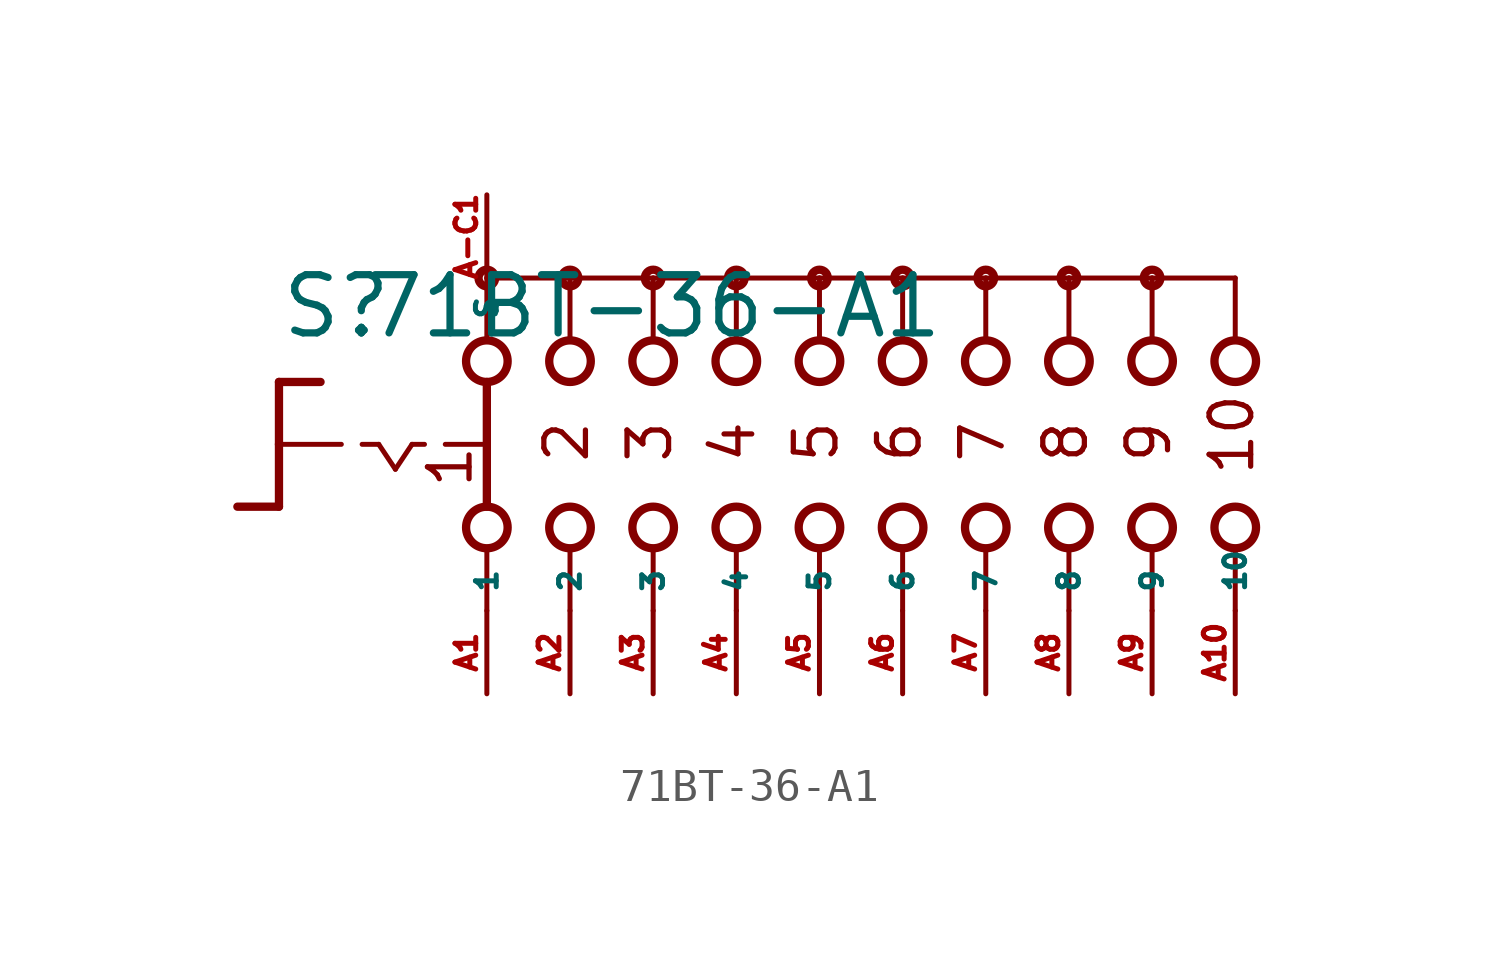
<source format=kicad_sym>
(kicad_symbol_lib
  (version 20220914)
  (generator Eagle2Kicad)
  (symbol "71BT-36-A1"
    (property "Reference" "S"
      (at -16.51 3.175 0)
      (effects (font (size 1.778 1.778) (thickness 0.22)) (justify left bottom)))
    (property "Value" "71BT-36-A1"
      (at -13.97 3.175 0)
      (effects (font (size 1.778 1.778) (thickness 0.22)) (justify left bottom)))
    (polyline
      (pts (xy -16.51 1.905) (xy -15.24 1.905))
      (stroke (width 0.254) (type default))
      (fill (type none)))
    (polyline
      (pts (xy -16.51 1.905) (xy -16.51 0))
      (stroke (width 0.254) (type default))
      (fill (type none)))
    (polyline
      (pts (xy -16.51 -1.905) (xy -17.78 -1.905))
      (stroke (width 0.254) (type default))
      (fill (type none)))
    (polyline
      (pts (xy -16.51 0) (xy -14.605 0))
      (stroke (width 0.152) (type default))
      (fill (type none)))
    (polyline
      (pts (xy -16.51 0) (xy -16.51 -1.905))
      (stroke (width 0.254) (type default))
      (fill (type none)))
    (polyline
      (pts (xy -13.97 0) (xy -13.462 0))
      (stroke (width 0.152) (type default))
      (fill (type none)))
    (polyline
      (pts (xy -12.446 0) (xy -12.065 0))
      (stroke (width 0.152) (type default))
      (fill (type none)))
    (polyline
      (pts (xy -11.43 0) (xy -10.287 0))
      (stroke (width 0.152) (type default))
      (fill (type none)))
    (polyline
      (pts (xy -13.462 0) (xy -12.954 -0.762))
      (stroke (width 0.152) (type default))
      (fill (type none)))
    (polyline
      (pts (xy -12.954 -0.762) (xy -12.446 0))
      (stroke (width 0.152) (type default))
      (fill (type none)))
    (polyline
      (pts (xy -7.62 3.175) (xy -7.62 5.08))
      (stroke (width 0.152) (type default))
      (fill (type none)))
    (polyline
      (pts (xy -5.08 3.175) (xy -5.08 5.08))
      (stroke (width 0.152) (type default))
      (fill (type none)))
    (polyline
      (pts (xy -2.54 3.175) (xy -2.54 5.08))
      (stroke (width 0.152) (type default))
      (fill (type none)))
    (polyline
      (pts (xy -7.62 -5.08) (xy -7.62 -3.175))
      (stroke (width 0.152) (type default))
      (fill (type none)))
    (polyline
      (pts (xy -5.08 -5.08) (xy -5.08 -3.175))
      (stroke (width 0.152) (type default))
      (fill (type none)))
    (polyline
      (pts (xy -2.54 -5.08) (xy -2.54 -3.175))
      (stroke (width 0.152) (type default))
      (fill (type none)))
    (polyline
      (pts (xy -5.08 5.08) (xy -7.62 5.08))
      (stroke (width 0.152) (type default))
      (fill (type none)))
    (polyline
      (pts (xy -5.08 5.08) (xy -2.54 5.08))
      (stroke (width 0.152) (type default))
      (fill (type none)))
    (polyline
      (pts (xy 0 -5.08) (xy 0 -3.175))
      (stroke (width 0.152) (type default))
      (fill (type none)))
    (polyline
      (pts (xy 2.54 -5.08) (xy 2.54 -3.175))
      (stroke (width 0.152) (type default))
      (fill (type none)))
    (polyline
      (pts (xy 0 3.175) (xy 0 5.08))
      (stroke (width 0.152) (type default))
      (fill (type none)))
    (polyline
      (pts (xy 2.54 3.175) (xy 2.54 5.08))
      (stroke (width 0.152) (type default))
      (fill (type none)))
    (polyline
      (pts (xy -2.54 5.08) (xy 0 5.08))
      (stroke (width 0.152) (type default))
      (fill (type none)))
    (polyline
      (pts (xy 0 5.08) (xy 2.54 5.08))
      (stroke (width 0.152) (type default))
      (fill (type none)))
    (polyline
      (pts (xy -10.16 5.08) (xy -10.16 3.175))
      (stroke (width 0.152) (type default))
      (fill (type none)))
    (polyline
      (pts (xy -10.16 1.905) (xy -10.16 -1.905))
      (stroke (width 0.254) (type default))
      (fill (type none)))
    (polyline
      (pts (xy -10.16 -3.175) (xy -10.16 -5.08))
      (stroke (width 0.152) (type default))
      (fill (type none)))
    (polyline
      (pts (xy -7.62 5.08) (xy -10.16 5.08))
      (stroke (width 0.152) (type default))
      (fill (type none)))
    (polyline
      (pts (xy 2.54 5.08) (xy 5.08 5.08))
      (stroke (width 0.152) (type default))
      (fill (type none)))
    (polyline
      (pts (xy 5.08 3.175) (xy 5.08 5.08))
      (stroke (width 0.152) (type default))
      (fill (type none)))
    (polyline
      (pts (xy 5.08 -5.08) (xy 5.08 -3.175))
      (stroke (width 0.152) (type default))
      (fill (type none)))
    (polyline
      (pts (xy 7.62 3.175) (xy 7.62 5.08))
      (stroke (width 0.152) (type default))
      (fill (type none)))
    (polyline
      (pts (xy 10.16 3.175) (xy 10.16 5.08))
      (stroke (width 0.152) (type default))
      (fill (type none)))
    (polyline
      (pts (xy 12.7 3.175) (xy 12.7 5.08))
      (stroke (width 0.152) (type default))
      (fill (type none)))
    (polyline
      (pts (xy 5.08 5.08) (xy 7.62 5.08))
      (stroke (width 0.152) (type default))
      (fill (type none)))
    (polyline
      (pts (xy 7.62 5.08) (xy 10.16 5.08))
      (stroke (width 0.152) (type default))
      (fill (type none)))
    (polyline
      (pts (xy 10.16 5.08) (xy 12.7 5.08))
      (stroke (width 0.152) (type default))
      (fill (type none)))
    (polyline
      (pts (xy 7.62 -5.08) (xy 7.62 -3.175))
      (stroke (width 0.152) (type default))
      (fill (type none)))
    (polyline
      (pts (xy 10.16 -5.08) (xy 10.16 -3.175))
      (stroke (width 0.152) (type default))
      (fill (type none)))
    (polyline
      (pts (xy 12.7 -5.08) (xy 12.7 -3.175))
      (stroke (width 0.152) (type default))
      (fill (type none)))
    (text "1"
      (at -10.541 -1.397 900)
      (effects (font (size 1.27 1.27) (thickness 0.16)) (justify left bottom)))
    (text "2"
      (at -6.985 -0.635 900)
      (effects (font (size 1.27 1.27) (thickness 0.16)) (justify left bottom)))
    (text "3"
      (at -4.445 -0.635 900)
      (effects (font (size 1.27 1.27) (thickness 0.16)) (justify left bottom)))
    (text "4"
      (at -1.905 -0.635 900)
      (effects (font (size 1.27 1.27) (thickness 0.16)) (justify left bottom)))
    (text "5"
      (at 0.635 -0.635 900)
      (effects (font (size 1.27 1.27) (thickness 0.16)) (justify left bottom)))
    (text "6"
      (at 3.175 -0.635 900)
      (effects (font (size 1.27 1.27) (thickness 0.16)) (justify left bottom)))
    (text "7"
      (at 5.715 -0.635 900)
      (effects (font (size 1.27 1.27) (thickness 0.16)) (justify left bottom)))
    (text "8"
      (at 8.255 -0.635 900)
      (effects (font (size 1.27 1.27) (thickness 0.16)) (justify left bottom)))
    (text "9"
      (at 10.795 -0.635 900)
      (effects (font (size 1.27 1.27) (thickness 0.16)) (justify left bottom)))
    (text "10"
      (at 13.335 -1.016 900)
      (effects (font (size 1.27 1.27) (thickness 0.16)) (justify left bottom)))
    (circle
      (center -5.08 5.08)
      (radius 0.254)
      (stroke (width 0.254) (type default))
      (fill (type none)))
    (circle
      (center -2.54 5.08)
      (radius 0.254)
      (stroke (width 0.254) (type default))
      (fill (type none)))
    (circle
      (center 2.54 5.08)
      (radius 0.254)
      (stroke (width 0.254) (type default))
      (fill (type none)))
    (circle
      (center -10.16 5.08)
      (radius 0.254)
      (stroke (width 0.254) (type default))
      (fill (type none)))
    (circle
      (center -7.62 5.08)
      (radius 0.254)
      (stroke (width 0.254) (type default))
      (fill (type none)))
    (circle
      (center -10.16 2.54)
      (radius 0.635)
      (stroke (width 0.254) (type default))
      (fill (type none)))
    (circle
      (center -7.62 2.54)
      (radius 0.635)
      (stroke (width 0.254) (type default))
      (fill (type none)))
    (circle
      (center -5.08 2.54)
      (radius 0.635)
      (stroke (width 0.254) (type default))
      (fill (type none)))
    (circle
      (center -10.16 -2.54)
      (radius 0.635)
      (stroke (width 0.254) (type default))
      (fill (type none)))
    (circle
      (center -7.62 -2.54)
      (radius 0.635)
      (stroke (width 0.254) (type default))
      (fill (type none)))
    (circle
      (center -5.08 -2.54)
      (radius 0.635)
      (stroke (width 0.254) (type default))
      (fill (type none)))
    (circle
      (center 0 5.08)
      (radius 0.254)
      (stroke (width 0.254) (type default))
      (fill (type none)))
    (circle
      (center -2.54 2.54)
      (radius 0.635)
      (stroke (width 0.254) (type default))
      (fill (type none)))
    (circle
      (center 0 2.54)
      (radius 0.635)
      (stroke (width 0.254) (type default))
      (fill (type none)))
    (circle
      (center -2.54 -2.54)
      (radius 0.635)
      (stroke (width 0.254) (type default))
      (fill (type none)))
    (circle
      (center 0 -2.54)
      (radius 0.635)
      (stroke (width 0.254) (type default))
      (fill (type none)))
    (circle
      (center 2.54 2.54)
      (radius 0.635)
      (stroke (width 0.254) (type default))
      (fill (type none)))
    (circle
      (center 2.54 -2.54)
      (radius 0.635)
      (stroke (width 0.254) (type default))
      (fill (type none)))
    (circle
      (center 5.08 5.08)
      (radius 0.254)
      (stroke (width 0.254) (type default))
      (fill (type none)))
    (circle
      (center 5.08 2.54)
      (radius 0.635)
      (stroke (width 0.254) (type default))
      (fill (type none)))
    (circle
      (center 5.08 -2.54)
      (radius 0.635)
      (stroke (width 0.254) (type default))
      (fill (type none)))
    (circle
      (center 7.62 2.54)
      (radius 0.635)
      (stroke (width 0.254) (type default))
      (fill (type none)))
    (circle
      (center 10.16 2.54)
      (radius 0.635)
      (stroke (width 0.254) (type default))
      (fill (type none)))
    (circle
      (center 12.7 2.54)
      (radius 0.635)
      (stroke (width 0.254) (type default))
      (fill (type none)))
    (circle
      (center 7.62 5.08)
      (radius 0.254)
      (stroke (width 0.254) (type default))
      (fill (type none)))
    (circle
      (center 10.16 5.08)
      (radius 0.254)
      (stroke (width 0.254) (type default))
      (fill (type none)))
    (circle
      (center 7.62 -2.54)
      (radius 0.635)
      (stroke (width 0.254) (type default))
      (fill (type none)))
    (circle
      (center 10.16 -2.54)
      (radius 0.635)
      (stroke (width 0.254) (type default))
      (fill (type none)))
    (circle
      (center 12.7 -2.54)
      (radius 0.635)
      (stroke (width 0.254) (type default))
      (fill (type none)))
    (pin passive line
      (at -10.16 -7.62 90)
      (length 2.54)
      (name "1" (effects (font (size 0.635 0.635) (thickness 0.08)) (justify left bottom)))
      (number "A1" (effects (font (size 0.635 0.635) (thickness 0.08)) (justify left bottom))))
    (pin passive line
      (at -10.16 7.62 270)
      (length 2.54)
      (name "S" (effects (font (size 0.635 0.635) (thickness 0.08)) (justify left bottom)))
      (number "A-C1" (effects (font (size 0.635 0.635) (thickness 0.08)) (justify left bottom))))
    (pin passive line
      (at -7.62 -7.62 90)
      (length 2.54)
      (name "2" (effects (font (size 0.635 0.635) (thickness 0.08)) (justify left bottom)))
      (number "A2" (effects (font (size 0.635 0.635) (thickness 0.08)) (justify left bottom))))
    (pin passive line
      (at -5.08 -7.62 90)
      (length 2.54)
      (name "3" (effects (font (size 0.635 0.635) (thickness 0.08)) (justify left bottom)))
      (number "A3" (effects (font (size 0.635 0.635) (thickness 0.08)) (justify left bottom))))
    (pin passive line
      (at -2.54 -7.62 90)
      (length 2.54)
      (name "4" (effects (font (size 0.635 0.635) (thickness 0.08)) (justify left bottom)))
      (number "A4" (effects (font (size 0.635 0.635) (thickness 0.08)) (justify left bottom))))
    (pin passive line
      (at 0 -7.62 90)
      (length 2.54)
      (name "5" (effects (font (size 0.635 0.635) (thickness 0.08)) (justify left bottom)))
      (number "A5" (effects (font (size 0.635 0.635) (thickness 0.08)) (justify left bottom))))
    (pin passive line
      (at 2.54 -7.62 90)
      (length 2.54)
      (name "6" (effects (font (size 0.635 0.635) (thickness 0.08)) (justify left bottom)))
      (number "A6" (effects (font (size 0.635 0.635) (thickness 0.08)) (justify left bottom))))
    (pin passive line
      (at 5.08 -7.62 90)
      (length 2.54)
      (name "7" (effects (font (size 0.635 0.635) (thickness 0.08)) (justify left bottom)))
      (number "A7" (effects (font (size 0.635 0.635) (thickness 0.08)) (justify left bottom))))
    (pin passive line
      (at 7.62 -7.62 90)
      (length 2.54)
      (name "8" (effects (font (size 0.635 0.635) (thickness 0.08)) (justify left bottom)))
      (number "A8" (effects (font (size 0.635 0.635) (thickness 0.08)) (justify left bottom))))
    (pin passive line
      (at 10.16 -7.62 90)
      (length 2.54)
      (name "9" (effects (font (size 0.635 0.635) (thickness 0.08)) (justify left bottom)))
      (number "A9" (effects (font (size 0.635 0.635) (thickness 0.08)) (justify left bottom))))
    (pin passive line
      (at 12.7 -7.62 90)
      (length 2.54)
      (name "10" (effects (font (size 0.635 0.635) (thickness 0.08)) (justify left bottom)))
      (number "A10" (effects (font (size 0.635 0.635) (thickness 0.08)) (justify left bottom))))))
</source>
